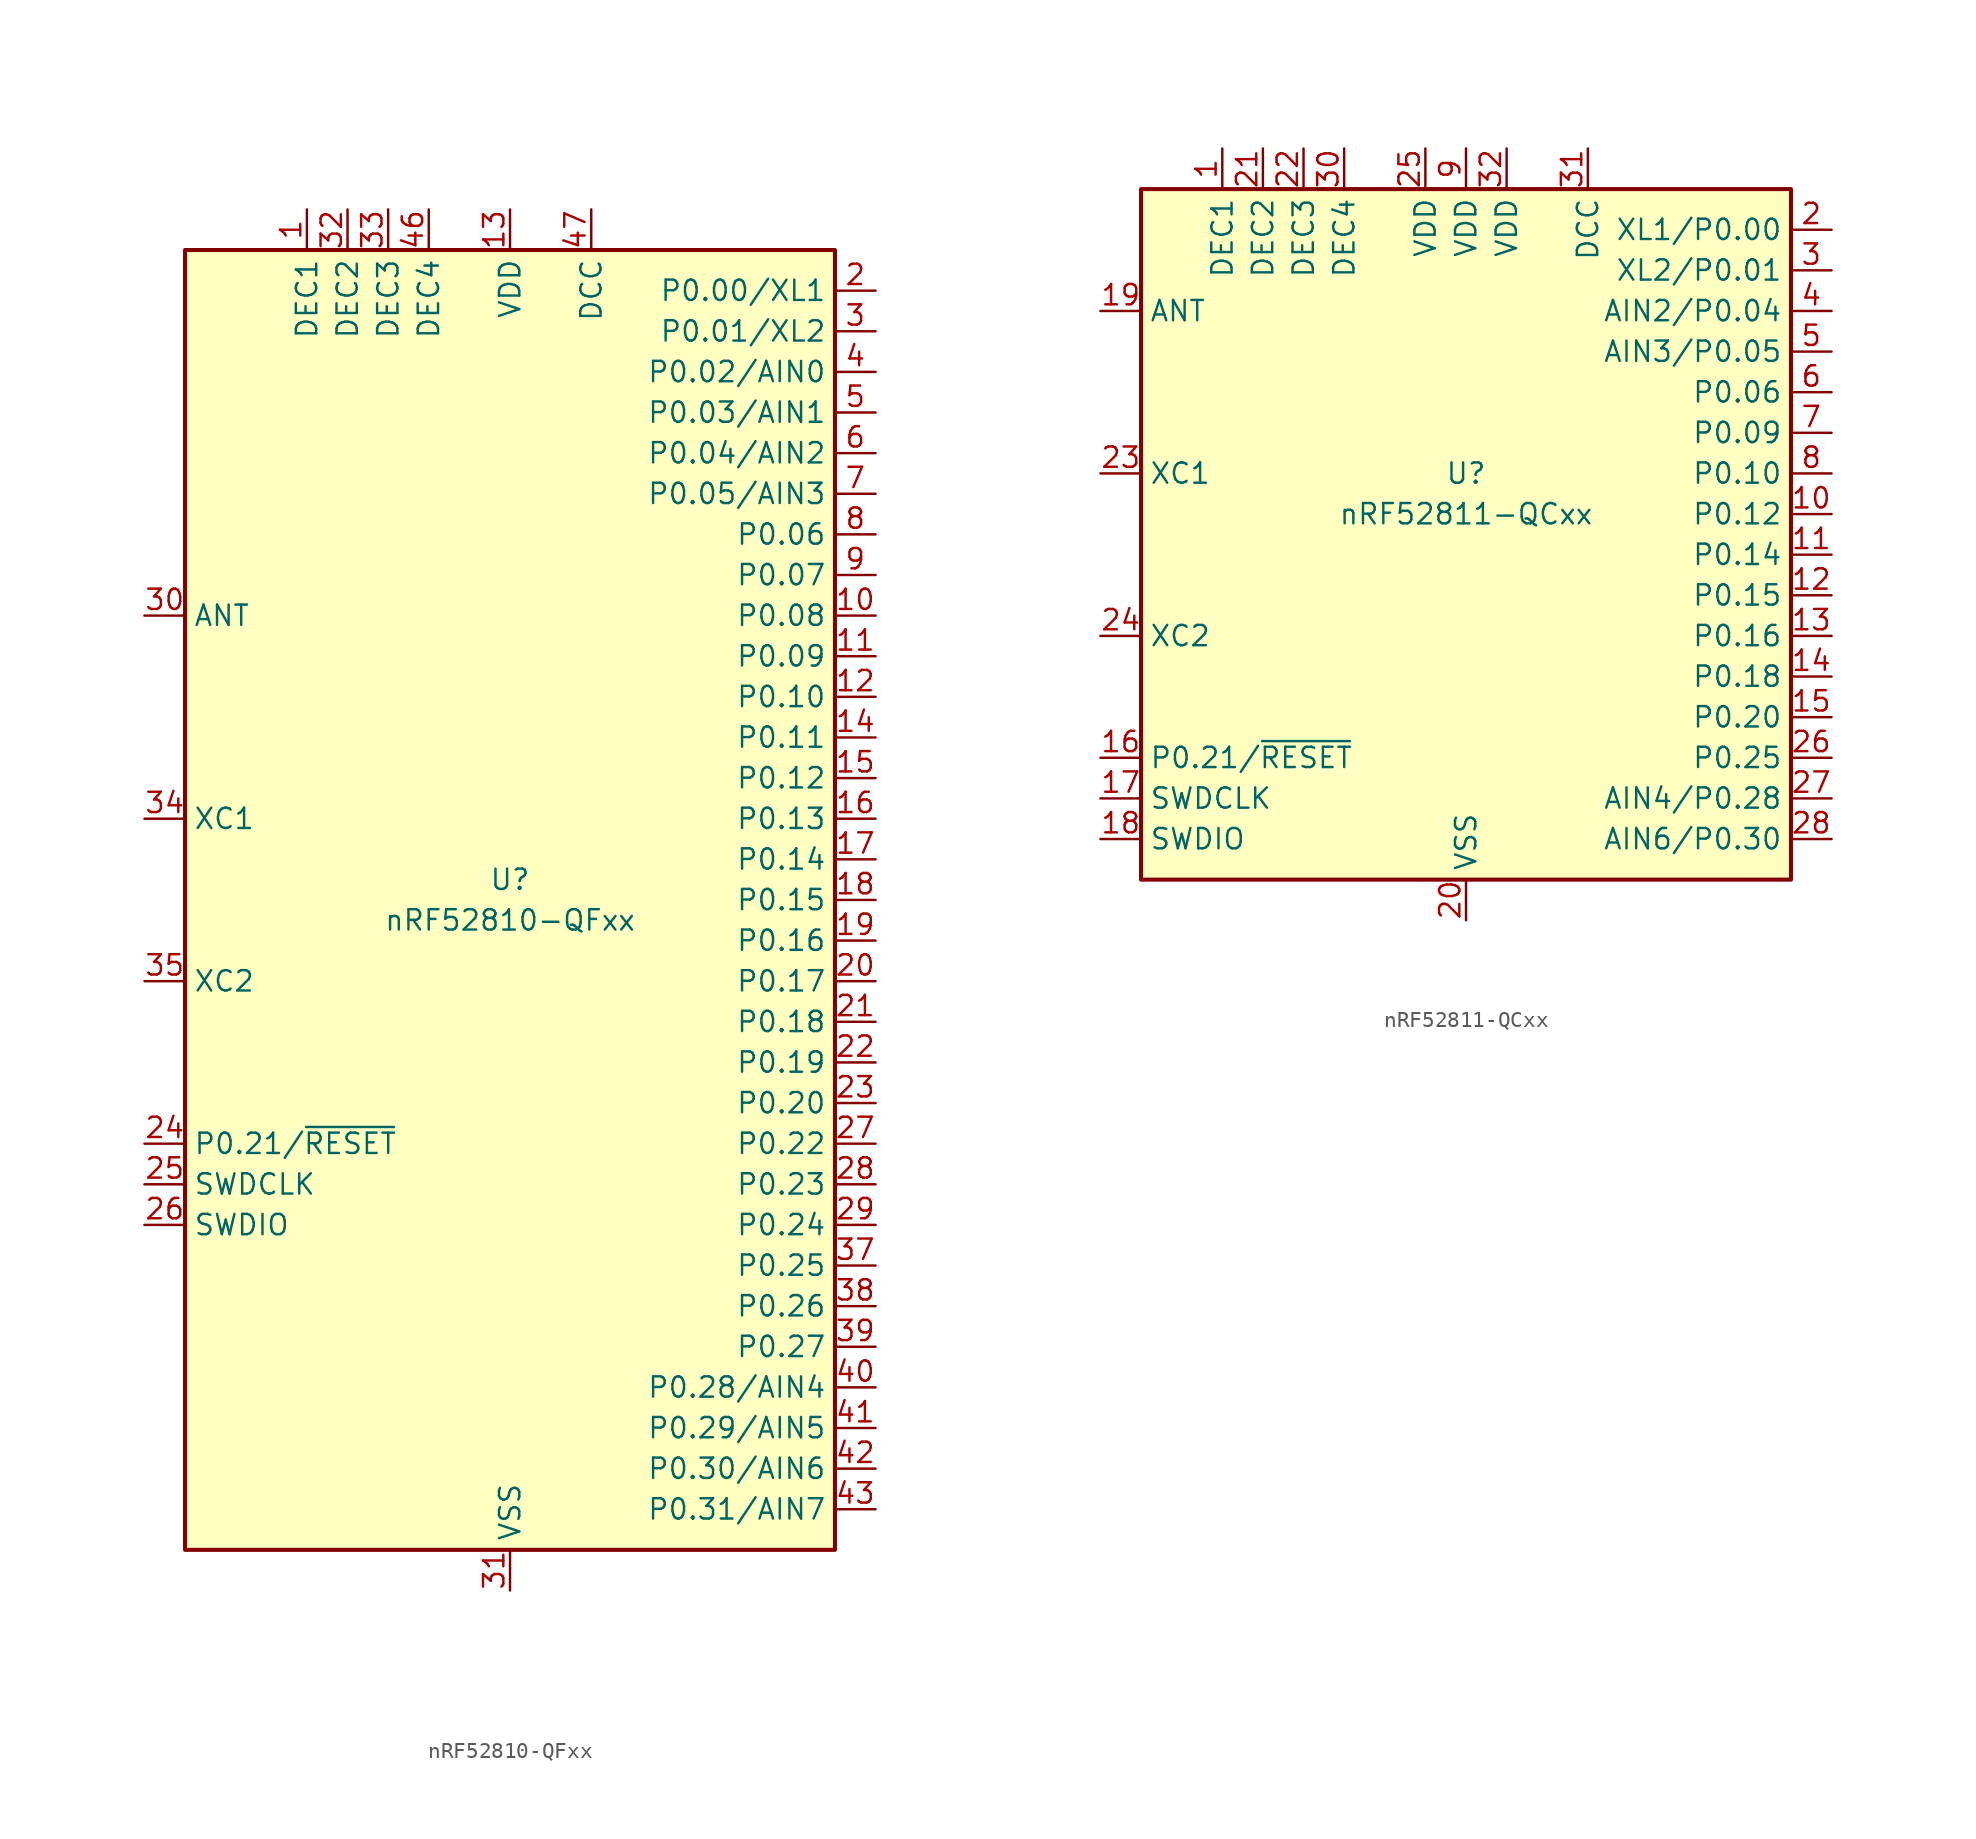
<source format=kicad_sym>
(kicad_symbol_lib
  (version 20220914)
  (generator kicad_symbol_editor)
  (symbol "nRF52810-QFxx"
    (property "Reference" "U"
      (at 0 1.27 0)
      (effects (font (size 1.27 1.27))))
    (property "Value" "nRF52810-QFxx"
      (at 0 -1.27 0)
      (effects (font (size 1.27 1.27))))
    (symbol "nRF52810-QFxx_0_1"
      (rectangle (start -20.32 40.64) (end 20.32 -40.64) (stroke (width 0.254) (type default)) (fill (type background))))
    (symbol "nRF52810-QFxx_1_1"
      (pin passive line (at -12.7 43.18 270) (length 2.54) (name "DEC1" (effects (font (size 1.27 1.27)))) (number "1" (effects (font (size 1.27 1.27)))))
      (pin bidirectional line (at 22.86 17.78 180) (length 2.54) (name "P0.08" (effects (font (size 1.27 1.27)))) (number "10" (effects (font (size 1.27 1.27)))))
      (pin bidirectional line (at 22.86 15.24 180) (length 2.54) (name "P0.09" (effects (font (size 1.27 1.27)))) (number "11" (effects (font (size 1.27 1.27)))))
      (pin bidirectional line (at 22.86 12.7 180) (length 2.54) (name "P0.10" (effects (font (size 1.27 1.27)))) (number "12" (effects (font (size 1.27 1.27)))))
      (pin power_in line (at 0 43.18 270) (length 2.54) (name "VDD" (effects (font (size 1.27 1.27)))) (number "13" (effects (font (size 1.27 1.27)))))
      (pin bidirectional line (at 22.86 10.16 180) (length 2.54) (name "P0.11" (effects (font (size 1.27 1.27)))) (number "14" (effects (font (size 1.27 1.27)))))
      (pin bidirectional line (at 22.86 7.62 180) (length 2.54) (name "P0.12" (effects (font (size 1.27 1.27)))) (number "15" (effects (font (size 1.27 1.27)))))
      (pin bidirectional line (at 22.86 5.08 180) (length 2.54) (name "P0.13" (effects (font (size 1.27 1.27)))) (number "16" (effects (font (size 1.27 1.27)))))
      (pin bidirectional line (at 22.86 2.54 180) (length 2.54) (name "P0.14" (effects (font (size 1.27 1.27)))) (number "17" (effects (font (size 1.27 1.27)))))
      (pin bidirectional line (at 22.86 0 180) (length 2.54) (name "P0.15" (effects (font (size 1.27 1.27)))) (number "18" (effects (font (size 1.27 1.27)))))
      (pin bidirectional line (at 22.86 -2.54 180) (length 2.54) (name "P0.16" (effects (font (size 1.27 1.27)))) (number "19" (effects (font (size 1.27 1.27)))))
      (pin bidirectional line (at 22.86 38.1 180) (length 2.54) (name "P0.00/XL1" (effects (font (size 1.27 1.27)))) (number "2" (effects (font (size 1.27 1.27)))))
      (pin bidirectional line (at 22.86 -5.08 180) (length 2.54) (name "P0.17" (effects (font (size 1.27 1.27)))) (number "20" (effects (font (size 1.27 1.27)))))
      (pin bidirectional line (at 22.86 -7.62 180) (length 2.54) (name "P0.18" (effects (font (size 1.27 1.27)))) (number "21" (effects (font (size 1.27 1.27)))))
      (pin bidirectional line (at 22.86 -10.16 180) (length 2.54) (name "P0.19" (effects (font (size 1.27 1.27)))) (number "22" (effects (font (size 1.27 1.27)))))
      (pin bidirectional line (at 22.86 -12.7 180) (length 2.54) (name "P0.20" (effects (font (size 1.27 1.27)))) (number "23" (effects (font (size 1.27 1.27)))))
      (pin bidirectional line (at -22.86 -15.24 0) (length 2.54) (name "P0.21/~{RESET}" (effects (font (size 1.27 1.27)))) (number "24" (effects (font (size 1.27 1.27)))))
      (pin input line (at -22.86 -17.78 0) (length 2.54) (name "SWDCLK" (effects (font (size 1.27 1.27)))) (number "25" (effects (font (size 1.27 1.27)))))
      (pin bidirectional line (at -22.86 -20.32 0) (length 2.54) (name "SWDIO" (effects (font (size 1.27 1.27)))) (number "26" (effects (font (size 1.27 1.27)))))
      (pin bidirectional line (at 22.86 -15.24 180) (length 2.54) (name "P0.22" (effects (font (size 1.27 1.27)))) (number "27" (effects (font (size 1.27 1.27)))))
      (pin bidirectional line (at 22.86 -17.78 180) (length 2.54) (name "P0.23" (effects (font (size 1.27 1.27)))) (number "28" (effects (font (size 1.27 1.27)))))
      (pin bidirectional line (at 22.86 -20.32 180) (length 2.54) (name "P0.24" (effects (font (size 1.27 1.27)))) (number "29" (effects (font (size 1.27 1.27)))))
      (pin bidirectional line (at 22.86 35.56 180) (length 2.54) (name "P0.01/XL2" (effects (font (size 1.27 1.27)))) (number "3" (effects (font (size 1.27 1.27)))))
      (pin passive line (at -22.86 17.78 0) (length 2.54) (name "ANT" (effects (font (size 1.27 1.27)))) (number "30" (effects (font (size 1.27 1.27)))))
      (pin power_in line (at 0 -43.18 90) (length 2.54) (name "VSS" (effects (font (size 1.27 1.27)))) (number "31" (effects (font (size 1.27 1.27)))))
      (pin passive line (at -10.16 43.18 270) (length 2.54) (name "DEC2" (effects (font (size 1.27 1.27)))) (number "32" (effects (font (size 1.27 1.27)))))
      (pin passive line (at -7.62 43.18 270) (length 2.54) (name "DEC3" (effects (font (size 1.27 1.27)))) (number "33" (effects (font (size 1.27 1.27)))))
      (pin input line (at -22.86 5.08 0) (length 2.54) (name "XC1" (effects (font (size 1.27 1.27)))) (number "34" (effects (font (size 1.27 1.27)))))
      (pin input line (at -22.86 -5.08 0) (length 2.54) (name "XC2" (effects (font (size 1.27 1.27)))) (number "35" (effects (font (size 1.27 1.27)))))
      (pin passive line (at 0 43.18 270) (length 2.54) hide (name "VDD" (effects (font (size 1.27 1.27)))) (number "36" (effects (font (size 1.27 1.27)))))
      (pin bidirectional line (at 22.86 -22.86 180) (length 2.54) (name "P0.25" (effects (font (size 1.27 1.27)))) (number "37" (effects (font (size 1.27 1.27)))))
      (pin bidirectional line (at 22.86 -25.4 180) (length 2.54) (name "P0.26" (effects (font (size 1.27 1.27)))) (number "38" (effects (font (size 1.27 1.27)))))
      (pin bidirectional line (at 22.86 -27.94 180) (length 2.54) (name "P0.27" (effects (font (size 1.27 1.27)))) (number "39" (effects (font (size 1.27 1.27)))))
      (pin bidirectional line (at 22.86 33.02 180) (length 2.54) (name "P0.02/AIN0" (effects (font (size 1.27 1.27)))) (number "4" (effects (font (size 1.27 1.27)))))
      (pin bidirectional line (at 22.86 -30.48 180) (length 2.54) (name "P0.28/AIN4" (effects (font (size 1.27 1.27)))) (number "40" (effects (font (size 1.27 1.27)))))
      (pin bidirectional line (at 22.86 -33.02 180) (length 2.54) (name "P0.29/AIN5" (effects (font (size 1.27 1.27)))) (number "41" (effects (font (size 1.27 1.27)))))
      (pin bidirectional line (at 22.86 -35.56 180) (length 2.54) (name "P0.30/AIN6" (effects (font (size 1.27 1.27)))) (number "42" (effects (font (size 1.27 1.27)))))
      (pin bidirectional line (at 22.86 -38.1 180) (length 2.54) (name "P0.31/AIN7" (effects (font (size 1.27 1.27)))) (number "43" (effects (font (size 1.27 1.27)))))
      (pin no_connect line (at -20.32 -30.48 0) (length 2.54) hide (name "NC" (effects (font (size 1.27 1.27)))) (number "44" (effects (font (size 1.27 1.27)))))
      (pin passive line (at 0 -43.18 90) (length 2.54) hide (name "VSS" (effects (font (size 1.27 1.27)))) (number "45" (effects (font (size 1.27 1.27)))))
      (pin passive line (at -5.08 43.18 270) (length 2.54) (name "DEC4" (effects (font (size 1.27 1.27)))) (number "46" (effects (font (size 1.27 1.27)))))
      (pin power_out line (at 5.08 43.18 270) (length 2.54) (name "DCC" (effects (font (size 1.27 1.27)))) (number "47" (effects (font (size 1.27 1.27)))))
      (pin passive line (at 0 43.18 270) (length 2.54) hide (name "VDD" (effects (font (size 1.27 1.27)))) (number "48" (effects (font (size 1.27 1.27)))))
      (pin passive line (at 0 -43.18 90) (length 2.54) hide (name "VSS" (effects (font (size 1.27 1.27)))) (number "49" (effects (font (size 1.27 1.27)))))
      (pin bidirectional line (at 22.86 30.48 180) (length 2.54) (name "P0.03/AIN1" (effects (font (size 1.27 1.27)))) (number "5" (effects (font (size 1.27 1.27)))))
      (pin bidirectional line (at 22.86 27.94 180) (length 2.54) (name "P0.04/AIN2" (effects (font (size 1.27 1.27)))) (number "6" (effects (font (size 1.27 1.27)))))
      (pin bidirectional line (at 22.86 25.4 180) (length 2.54) (name "P0.05/AIN3" (effects (font (size 1.27 1.27)))) (number "7" (effects (font (size 1.27 1.27)))))
      (pin bidirectional line (at 22.86 22.86 180) (length 2.54) (name "P0.06" (effects (font (size 1.27 1.27)))) (number "8" (effects (font (size 1.27 1.27)))))
      (pin bidirectional line (at 22.86 20.32 180) (length 2.54) (name "P0.07" (effects (font (size 1.27 1.27)))) (number "9" (effects (font (size 1.27 1.27)))))))
  (symbol "nRF52811-QCxx"
    (property "Reference" "U"
      (at 0 5.08 0)
      (effects (font (size 1.27 1.27))))
    (property "Value" "nRF52811-QCxx"
      (at 0 2.54 0)
      (effects (font (size 1.27 1.27))))
    (symbol "nRF52811-QCxx_0_1"
      (rectangle (start -20.32 22.86) (end 20.32 -20.32) (stroke (width 0.254) (type default)) (fill (type background))))
    (symbol "nRF52811-QCxx_1_1"
      (pin passive line (at -15.24 25.4 270) (length 2.54) (name "DEC1" (effects (font (size 1.27 1.27)))) (number "1" (effects (font (size 1.27 1.27)))))
      (pin bidirectional line (at 22.86 2.54 180) (length 2.54) (name "P0.12" (effects (font (size 1.27 1.27)))) (number "10" (effects (font (size 1.27 1.27)))))
      (pin bidirectional line (at 22.86 0 180) (length 2.54) (name "P0.14" (effects (font (size 1.27 1.27)))) (number "11" (effects (font (size 1.27 1.27)))))
      (pin bidirectional line (at 22.86 -2.54 180) (length 2.54) (name "P0.15" (effects (font (size 1.27 1.27)))) (number "12" (effects (font (size 1.27 1.27)))))
      (pin bidirectional line (at 22.86 -5.08 180) (length 2.54) (name "P0.16" (effects (font (size 1.27 1.27)))) (number "13" (effects (font (size 1.27 1.27)))))
      (pin bidirectional line (at 22.86 -7.62 180) (length 2.54) (name "P0.18" (effects (font (size 1.27 1.27)))) (number "14" (effects (font (size 1.27 1.27)))))
      (pin bidirectional line (at 22.86 -10.16 180) (length 2.54) (name "P0.20" (effects (font (size 1.27 1.27)))) (number "15" (effects (font (size 1.27 1.27)))))
      (pin bidirectional line (at -22.86 -12.7 0) (length 2.54) (name "P0.21/~{RESET}" (effects (font (size 1.27 1.27)))) (number "16" (effects (font (size 1.27 1.27)))))
      (pin input line (at -22.86 -15.24 0) (length 2.54) (name "SWDCLK" (effects (font (size 1.27 1.27)))) (number "17" (effects (font (size 1.27 1.27)))))
      (pin bidirectional line (at -22.86 -17.78 0) (length 2.54) (name "SWDIO" (effects (font (size 1.27 1.27)))) (number "18" (effects (font (size 1.27 1.27)))))
      (pin passive line (at -22.86 15.24 0) (length 2.54) (name "ANT" (effects (font (size 1.27 1.27)))) (number "19" (effects (font (size 1.27 1.27)))))
      (pin bidirectional line (at 22.86 20.32 180) (length 2.54) (name "XL1/P0.00" (effects (font (size 1.27 1.27)))) (number "2" (effects (font (size 1.27 1.27)))))
      (pin power_in line (at 0 -22.86 90) (length 2.54) (name "VSS" (effects (font (size 1.27 1.27)))) (number "20" (effects (font (size 1.27 1.27)))))
      (pin passive line (at -12.7 25.4 270) (length 2.54) (name "DEC2" (effects (font (size 1.27 1.27)))) (number "21" (effects (font (size 1.27 1.27)))))
      (pin passive line (at -10.16 25.4 270) (length 2.54) (name "DEC3" (effects (font (size 1.27 1.27)))) (number "22" (effects (font (size 1.27 1.27)))))
      (pin input line (at -22.86 5.08 0) (length 2.54) (name "XC1" (effects (font (size 1.27 1.27)))) (number "23" (effects (font (size 1.27 1.27)))))
      (pin input line (at -22.86 -5.08 0) (length 2.54) (name "XC2" (effects (font (size 1.27 1.27)))) (number "24" (effects (font (size 1.27 1.27)))))
      (pin power_in line (at -2.54 25.4 270) (length 2.54) (name "VDD" (effects (font (size 1.27 1.27)))) (number "25" (effects (font (size 1.27 1.27)))))
      (pin bidirectional line (at 22.86 -12.7 180) (length 2.54) (name "P0.25" (effects (font (size 1.27 1.27)))) (number "26" (effects (font (size 1.27 1.27)))))
      (pin bidirectional line (at 22.86 -15.24 180) (length 2.54) (name "AIN4/P0.28" (effects (font (size 1.27 1.27)))) (number "27" (effects (font (size 1.27 1.27)))))
      (pin bidirectional line (at 22.86 -17.78 180) (length 2.54) (name "AIN6/P0.30" (effects (font (size 1.27 1.27)))) (number "28" (effects (font (size 1.27 1.27)))))
      (pin passive line (at 0 -22.86 90) (length 2.54) hide (name "VSS" (effects (font (size 1.27 1.27)))) (number "29" (effects (font (size 1.27 1.27)))))
      (pin bidirectional line (at 22.86 17.78 180) (length 2.54) (name "XL2/P0.01" (effects (font (size 1.27 1.27)))) (number "3" (effects (font (size 1.27 1.27)))))
      (pin passive line (at -7.62 25.4 270) (length 2.54) (name "DEC4" (effects (font (size 1.27 1.27)))) (number "30" (effects (font (size 1.27 1.27)))))
      (pin power_out line (at 7.62 25.4 270) (length 2.54) (name "DCC" (effects (font (size 1.27 1.27)))) (number "31" (effects (font (size 1.27 1.27)))))
      (pin power_in line (at 2.54 25.4 270) (length 2.54) (name "VDD" (effects (font (size 1.27 1.27)))) (number "32" (effects (font (size 1.27 1.27)))))
      (pin passive line (at 0 -22.86 90) (length 2.54) hide (name "VSS" (effects (font (size 1.27 1.27)))) (number "33" (effects (font (size 1.27 1.27)))))
      (pin bidirectional line (at 22.86 15.24 180) (length 2.54) (name "AIN2/P0.04" (effects (font (size 1.27 1.27)))) (number "4" (effects (font (size 1.27 1.27)))))
      (pin bidirectional line (at 22.86 12.7 180) (length 2.54) (name "AIN3/P0.05" (effects (font (size 1.27 1.27)))) (number "5" (effects (font (size 1.27 1.27)))))
      (pin bidirectional line (at 22.86 10.16 180) (length 2.54) (name "P0.06" (effects (font (size 1.27 1.27)))) (number "6" (effects (font (size 1.27 1.27)))))
      (pin bidirectional line (at 22.86 7.62 180) (length 2.54) (name "P0.09" (effects (font (size 1.27 1.27)))) (number "7" (effects (font (size 1.27 1.27)))))
      (pin bidirectional line (at 22.86 5.08 180) (length 2.54) (name "P0.10" (effects (font (size 1.27 1.27)))) (number "8" (effects (font (size 1.27 1.27)))))
      (pin power_in line (at 0 25.4 270) (length 2.54) (name "VDD" (effects (font (size 1.27 1.27)))) (number "9" (effects (font (size 1.27 1.27))))))))
</source>
